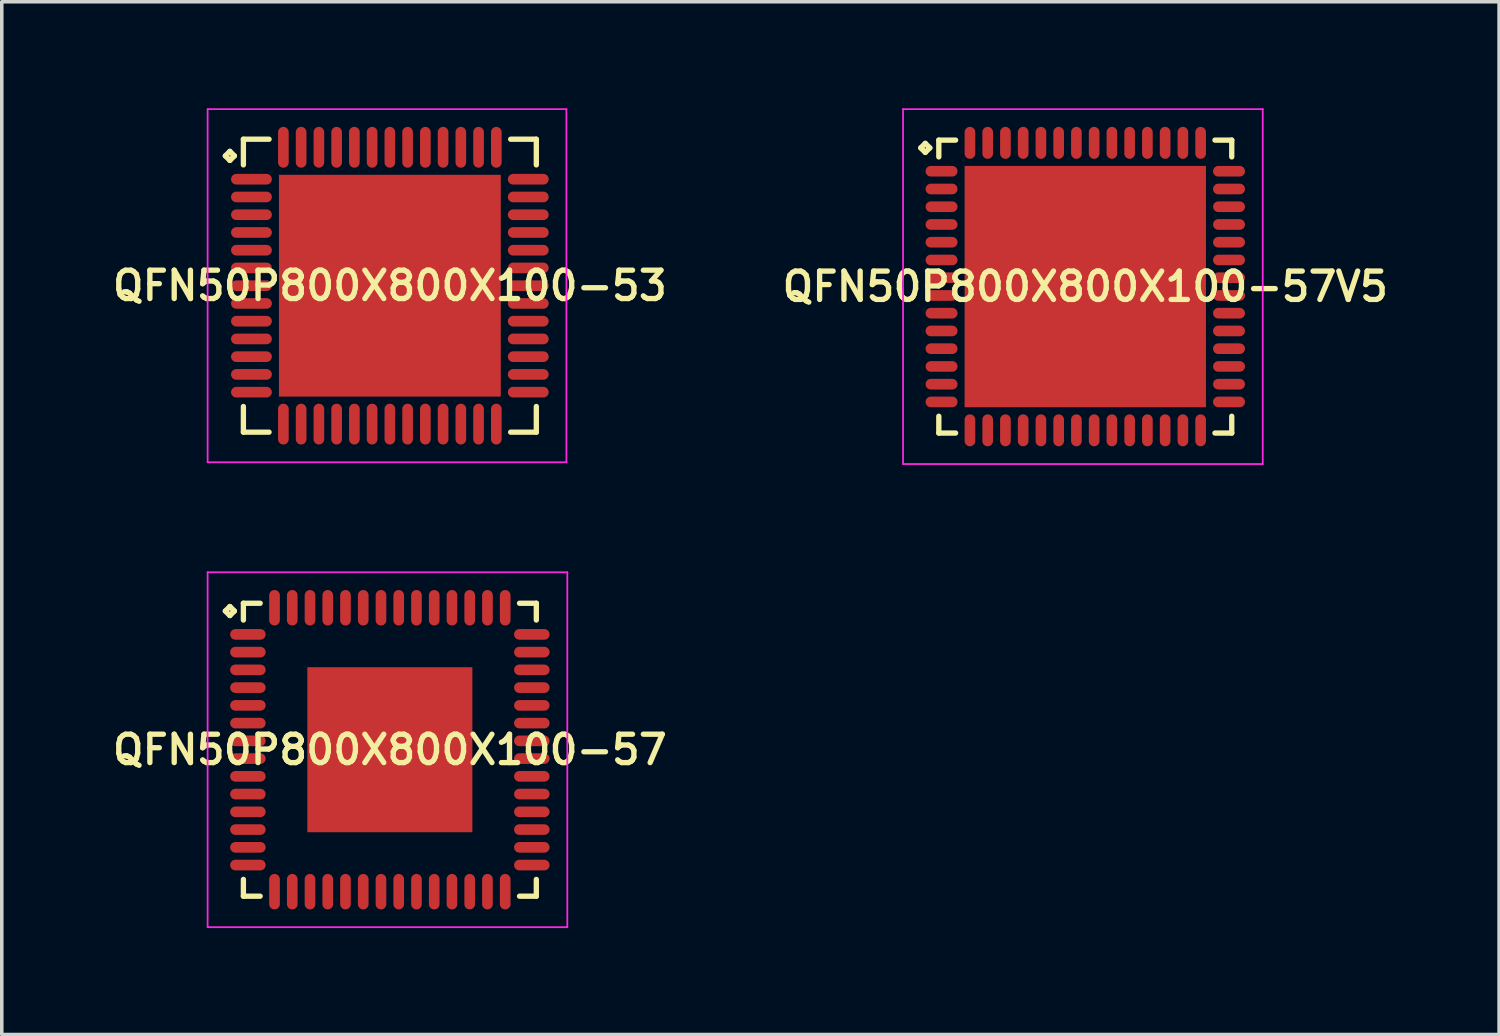
<source format=kicad_pcb>
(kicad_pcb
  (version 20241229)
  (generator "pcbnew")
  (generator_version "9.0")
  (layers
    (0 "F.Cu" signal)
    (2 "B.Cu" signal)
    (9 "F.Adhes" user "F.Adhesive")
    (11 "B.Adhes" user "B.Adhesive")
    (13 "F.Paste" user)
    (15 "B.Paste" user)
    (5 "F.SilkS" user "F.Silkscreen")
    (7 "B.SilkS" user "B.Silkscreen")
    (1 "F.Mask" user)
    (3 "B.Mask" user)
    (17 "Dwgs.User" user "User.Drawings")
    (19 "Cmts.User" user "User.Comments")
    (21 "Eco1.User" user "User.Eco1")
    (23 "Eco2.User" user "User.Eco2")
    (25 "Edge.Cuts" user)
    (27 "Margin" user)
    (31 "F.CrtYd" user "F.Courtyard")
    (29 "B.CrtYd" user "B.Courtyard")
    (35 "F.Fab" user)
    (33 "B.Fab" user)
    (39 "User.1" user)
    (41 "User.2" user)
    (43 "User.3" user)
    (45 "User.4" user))
  (footprint "QFN50P800X800X100-53"
    (layer "F.Cu")
    (at 7.935 5)
    (property "Reference" "QFN50P800X800X100-53" (at 0 0 0) (layer "F.SilkS") (effects (font (size 0.8 0.8) (thickness 0.15))))
    (attr smd)
    (fp_line (start -4.635 -3.658) (end -4.508 -3.785) (stroke (width 0.15) (type solid)) (layer "F.SilkS"))
    (fp_line (start -4.508 -3.785) (end -4.381 -3.658) (stroke (width 0.15) (type solid)) (layer "F.SilkS"))
    (fp_line (start -4.508 -3.531) (end -4.635 -3.658) (stroke (width 0.15) (type solid)) (layer "F.SilkS"))
    (fp_line (start -4.381 -3.658) (end -4.508 -3.531) (stroke (width 0.15) (type solid)) (layer "F.SilkS"))
    (fp_line (start -4.127 -4.127) (end -3.404 -4.127) (stroke (width 0.15) (type solid)) (layer "F.SilkS"))
    (fp_line (start -4.127 -3.404) (end -4.127 -4.127) (stroke (width 0.15) (type solid)) (layer "F.SilkS"))
    (fp_line (start -4.127 3.404) (end -4.127 4.127) (stroke (width 0.15) (type solid)) (layer "F.SilkS"))
    (fp_line (start -4.127 4.127) (end -3.404 4.127) (stroke (width 0.15) (type solid)) (layer "F.SilkS"))
    (fp_line (start 3.404 -4.127) (end 4.127 -4.127) (stroke (width 0.15) (type solid)) (layer "F.SilkS"))
    (fp_line (start 3.404 4.127) (end 4.127 4.127) (stroke (width 0.15) (type solid)) (layer "F.SilkS"))
    (fp_line (start 4.127 -4.127) (end 4.127 -3.404) (stroke (width 0.15) (type solid)) (layer "F.SilkS"))
    (fp_line (start 4.127 4.127) (end 4.127 3.404) (stroke (width 0.15) (type solid)) (layer "F.SilkS"))
    (fp_line (start -5.135 -4.975) (end 4.975 -4.975) (stroke (width 0.05) (type solid)) (layer "F.CrtYd"))
    (fp_line (start -5.135 4.975) (end -5.135 -4.975) (stroke (width 0.05) (type solid)) (layer "F.CrtYd"))
    (fp_line (start 4.975 -4.975) (end 4.975 4.975) (stroke (width 0.05) (type solid)) (layer "F.CrtYd"))
    (fp_line (start 4.975 4.975) (end -5.135 4.975) (stroke (width 0.05) (type solid)) (layer "F.CrtYd"))
    (pad "1" smd oval (at -3.9 -3) (size 1.15 0.3) (layers "F.Cu" "F.Mask" "F.Paste"))
    (pad "2" smd oval (at -3.9 -2.5) (size 1.15 0.3) (layers "F.Cu" "F.Mask" "F.Paste"))
    (pad "3" smd oval (at -3.9 -2) (size 1.15 0.3) (layers "F.Cu" "F.Mask" "F.Paste"))
    (pad "4" smd oval (at -3.9 -1.5) (size 1.15 0.3) (layers "F.Cu" "F.Mask" "F.Paste"))
    (pad "5" smd oval (at -3.9 -1) (size 1.15 0.3) (layers "F.Cu" "F.Mask" "F.Paste"))
    (pad "6" smd oval (at -3.9 -0.5) (size 1.15 0.3) (layers "F.Cu" "F.Mask" "F.Paste"))
    (pad "7" smd oval (at -3.9 0) (size 1.15 0.3) (layers "F.Cu" "F.Mask" "F.Paste"))
    (pad "8" smd oval (at -3.9 0.5) (size 1.15 0.3) (layers "F.Cu" "F.Mask" "F.Paste"))
    (pad "9" smd oval (at -3.9 1) (size 1.15 0.3) (layers "F.Cu" "F.Mask" "F.Paste"))
    (pad "10" smd oval (at -3.9 1.5) (size 1.15 0.3) (layers "F.Cu" "F.Mask" "F.Paste"))
    (pad "11" smd oval (at -3.9 2) (size 1.15 0.3) (layers "F.Cu" "F.Mask" "F.Paste"))
    (pad "12" smd oval (at -3.9 2.5) (size 1.15 0.3) (layers "F.Cu" "F.Mask" "F.Paste"))
    (pad "13" smd oval (at -3.9 3) (size 1.15 0.3) (layers "F.Cu" "F.Mask" "F.Paste"))
    (pad "14" smd oval (at -3 3.9) (size 0.3 1.15) (layers "F.Cu" "F.Mask" "F.Paste"))
    (pad "15" smd oval (at -2.5 3.9) (size 0.3 1.15) (layers "F.Cu" "F.Mask" "F.Paste"))
    (pad "16" smd oval (at -2 3.9) (size 0.3 1.15) (layers "F.Cu" "F.Mask" "F.Paste"))
    (pad "17" smd oval (at -1.5 3.9) (size 0.3 1.15) (layers "F.Cu" "F.Mask" "F.Paste"))
    (pad "18" smd oval (at -1 3.9) (size 0.3 1.15) (layers "F.Cu" "F.Mask" "F.Paste"))
    (pad "19" smd oval (at -0.5 3.9) (size 0.3 1.15) (layers "F.Cu" "F.Mask" "F.Paste"))
    (pad "20" smd oval (at 0 3.9) (size 0.3 1.15) (layers "F.Cu" "F.Mask" "F.Paste"))
    (pad "21" smd oval (at 0.5 3.9) (size 0.3 1.15) (layers "F.Cu" "F.Mask" "F.Paste"))
    (pad "22" smd oval (at 1 3.9) (size 0.3 1.15) (layers "F.Cu" "F.Mask" "F.Paste"))
    (pad "23" smd oval (at 1.5 3.9) (size 0.3 1.15) (layers "F.Cu" "F.Mask" "F.Paste"))
    (pad "24" smd oval (at 2 3.9) (size 0.3 1.15) (layers "F.Cu" "F.Mask" "F.Paste"))
    (pad "25" smd oval (at 2.5 3.9) (size 0.3 1.15) (layers "F.Cu" "F.Mask" "F.Paste"))
    (pad "26" smd oval (at 3 3.9) (size 0.3 1.15) (layers "F.Cu" "F.Mask" "F.Paste"))
    (pad "27" smd oval (at 3.9 3) (size 1.15 0.3) (layers "F.Cu" "F.Mask" "F.Paste"))
    (pad "28" smd oval (at 3.9 2.5) (size 1.15 0.3) (layers "F.Cu" "F.Mask" "F.Paste"))
    (pad "29" smd oval (at 3.9 2) (size 1.15 0.3) (layers "F.Cu" "F.Mask" "F.Paste"))
    (pad "30" smd oval (at 3.9 1.5) (size 1.15 0.3) (layers "F.Cu" "F.Mask" "F.Paste"))
    (pad "31" smd oval (at 3.9 1) (size 1.15 0.3) (layers "F.Cu" "F.Mask" "F.Paste"))
    (pad "32" smd oval (at 3.9 0.5) (size 1.15 0.3) (layers "F.Cu" "F.Mask" "F.Paste"))
    (pad "33" smd oval (at 3.9 0) (size 1.15 0.3) (layers "F.Cu" "F.Mask" "F.Paste"))
    (pad "34" smd oval (at 3.9 -0.5) (size 1.15 0.3) (layers "F.Cu" "F.Mask" "F.Paste"))
    (pad "35" smd oval (at 3.9 -1) (size 1.15 0.3) (layers "F.Cu" "F.Mask" "F.Paste"))
    (pad "36" smd oval (at 3.9 -1.5) (size 1.15 0.3) (layers "F.Cu" "F.Mask" "F.Paste"))
    (pad "37" smd oval (at 3.9 -2) (size 1.15 0.3) (layers "F.Cu" "F.Mask" "F.Paste"))
    (pad "38" smd oval (at 3.9 -2.5) (size 1.15 0.3) (layers "F.Cu" "F.Mask" "F.Paste"))
    (pad "39" smd oval (at 3.9 -3) (size 1.15 0.3) (layers "F.Cu" "F.Mask" "F.Paste"))
    (pad "40" smd oval (at 3 -3.9) (size 0.3 1.15) (layers "F.Cu" "F.Mask" "F.Paste"))
    (pad "41" smd oval (at 2.5 -3.9) (size 0.3 1.15) (layers "F.Cu" "F.Mask" "F.Paste"))
    (pad "42" smd oval (at 2 -3.9) (size 0.3 1.15) (layers "F.Cu" "F.Mask" "F.Paste"))
    (pad "43" smd oval (at 1.5 -3.9) (size 0.3 1.15) (layers "F.Cu" "F.Mask" "F.Paste"))
    (pad "44" smd oval (at 1 -3.9) (size 0.3 1.15) (layers "F.Cu" "F.Mask" "F.Paste"))
    (pad "45" smd oval (at 0.5 -3.9) (size 0.3 1.15) (layers "F.Cu" "F.Mask" "F.Paste"))
    (pad "46" smd oval (at 0 -3.9) (size 0.3 1.15) (layers "F.Cu" "F.Mask" "F.Paste"))
    (pad "47" smd oval (at -0.5 -3.9) (size 0.3 1.15) (layers "F.Cu" "F.Mask" "F.Paste"))
    (pad "48" smd oval (at -1 -3.9) (size 0.3 1.15) (layers "F.Cu" "F.Mask" "F.Paste"))
    (pad "49" smd oval (at -1.5 -3.9) (size 0.3 1.15) (layers "F.Cu" "F.Mask" "F.Paste"))
    (pad "50" smd oval (at -2 -3.9) (size 0.3 1.15) (layers "F.Cu" "F.Mask" "F.Paste"))
    (pad "51" smd oval (at -2.5 -3.9) (size 0.3 1.15) (layers "F.Cu" "F.Mask" "F.Paste"))
    (pad "52" smd oval (at -3 -3.9) (size 0.3 1.15) (layers "F.Cu" "F.Mask" "F.Paste"))
    (pad "53" smd rect (at 0 0) (size 6.25 6.25) (layers "F.Cu" "F.Mask" "F.Paste")))
  (footprint "QFN50P800X800X100-57"
    (layer "F.Cu")
    (at 7.935 18.075)
    (property "Reference" "QFN50P800X800X100-57" (at 0 0 0) (layer "F.SilkS") (effects (font (size 0.8 0.8) (thickness 0.15))))
    (attr smd)
    (fp_line (start -4.635 -3.908) (end -4.508 -4.035) (stroke (width 0.15) (type solid)) (layer "F.SilkS"))
    (fp_line (start -4.508 -4.035) (end -4.381 -3.908) (stroke (width 0.15) (type solid)) (layer "F.SilkS"))
    (fp_line (start -4.508 -3.781) (end -4.635 -3.908) (stroke (width 0.15) (type solid)) (layer "F.SilkS"))
    (fp_line (start -4.381 -3.908) (end -4.508 -3.781) (stroke (width 0.15) (type solid)) (layer "F.SilkS"))
    (fp_line (start -4.127 -4.127) (end -3.654 -4.127) (stroke (width 0.15) (type solid)) (layer "F.SilkS"))
    (fp_line (start -4.127 -3.654) (end -4.127 -4.127) (stroke (width 0.15) (type solid)) (layer "F.SilkS"))
    (fp_line (start -4.127 3.654) (end -4.127 4.127) (stroke (width 0.15) (type solid)) (layer "F.SilkS"))
    (fp_line (start -4.127 4.127) (end -3.654 4.127) (stroke (width 0.15) (type solid)) (layer "F.SilkS"))
    (fp_line (start 3.654 -4.127) (end 4.127 -4.127) (stroke (width 0.15) (type solid)) (layer "F.SilkS"))
    (fp_line (start 3.654 4.127) (end 4.127 4.127) (stroke (width 0.15) (type solid)) (layer "F.SilkS"))
    (fp_line (start 4.127 -4.127) (end 4.127 -3.654) (stroke (width 0.15) (type solid)) (layer "F.SilkS"))
    (fp_line (start 4.127 4.127) (end 4.127 3.654) (stroke (width 0.15) (type solid)) (layer "F.SilkS"))
    (fp_line (start -5.135 -5) (end 5 -5) (stroke (width 0.05) (type solid)) (layer "F.CrtYd"))
    (fp_line (start -5.135 5) (end -5.135 -5) (stroke (width 0.05) (type solid)) (layer "F.CrtYd"))
    (fp_line (start 5 -5) (end 5 5) (stroke (width 0.05) (type solid)) (layer "F.CrtYd"))
    (fp_line (start 5 5) (end -5.135 5) (stroke (width 0.05) (type solid)) (layer "F.CrtYd"))
    (pad "1" smd oval (at -4 -3.25) (size 1 0.3) (layers "F.Cu" "F.Mask" "F.Paste"))
    (pad "2" smd oval (at -4 -2.75) (size 1 0.3) (layers "F.Cu" "F.Mask" "F.Paste"))
    (pad "3" smd oval (at -4 -2.25) (size 1 0.3) (layers "F.Cu" "F.Mask" "F.Paste"))
    (pad "4" smd oval (at -4 -1.75) (size 1 0.3) (layers "F.Cu" "F.Mask" "F.Paste"))
    (pad "5" smd oval (at -4 -1.25) (size 1 0.3) (layers "F.Cu" "F.Mask" "F.Paste"))
    (pad "6" smd oval (at -4 -0.75) (size 1 0.3) (layers "F.Cu" "F.Mask" "F.Paste"))
    (pad "7" smd oval (at -4 -0.25) (size 1 0.3) (layers "F.Cu" "F.Mask" "F.Paste"))
    (pad "8" smd oval (at -4 0.25) (size 1 0.3) (layers "F.Cu" "F.Mask" "F.Paste"))
    (pad "9" smd oval (at -4 0.75) (size 1 0.3) (layers "F.Cu" "F.Mask" "F.Paste"))
    (pad "10" smd oval (at -4 1.25) (size 1 0.3) (layers "F.Cu" "F.Mask" "F.Paste"))
    (pad "11" smd oval (at -4 1.75) (size 1 0.3) (layers "F.Cu" "F.Mask" "F.Paste"))
    (pad "12" smd oval (at -4 2.25) (size 1 0.3) (layers "F.Cu" "F.Mask" "F.Paste"))
    (pad "13" smd oval (at -4 2.75) (size 1 0.3) (layers "F.Cu" "F.Mask" "F.Paste"))
    (pad "14" smd oval (at -4 3.25) (size 1 0.3) (layers "F.Cu" "F.Mask" "F.Paste"))
    (pad "15" smd oval (at -3.25 4) (size 0.3 1) (layers "F.Cu" "F.Mask" "F.Paste"))
    (pad "16" smd oval (at -2.75 4) (size 0.3 1) (layers "F.Cu" "F.Mask" "F.Paste"))
    (pad "17" smd oval (at -2.25 4) (size 0.3 1) (layers "F.Cu" "F.Mask" "F.Paste"))
    (pad "18" smd oval (at -1.75 4) (size 0.3 1) (layers "F.Cu" "F.Mask" "F.Paste"))
    (pad "19" smd oval (at -1.25 4) (size 0.3 1) (layers "F.Cu" "F.Mask" "F.Paste"))
    (pad "20" smd oval (at -0.75 4) (size 0.3 1) (layers "F.Cu" "F.Mask" "F.Paste"))
    (pad "21" smd oval (at -0.25 4) (size 0.3 1) (layers "F.Cu" "F.Mask" "F.Paste"))
    (pad "22" smd oval (at 0.25 4) (size 0.3 1) (layers "F.Cu" "F.Mask" "F.Paste"))
    (pad "23" smd oval (at 0.75 4) (size 0.3 1) (layers "F.Cu" "F.Mask" "F.Paste"))
    (pad "24" smd oval (at 1.25 4) (size 0.3 1) (layers "F.Cu" "F.Mask" "F.Paste"))
    (pad "25" smd oval (at 1.75 4) (size 0.3 1) (layers "F.Cu" "F.Mask" "F.Paste"))
    (pad "26" smd oval (at 2.25 4) (size 0.3 1) (layers "F.Cu" "F.Mask" "F.Paste"))
    (pad "27" smd oval (at 2.75 4) (size 0.3 1) (layers "F.Cu" "F.Mask" "F.Paste"))
    (pad "28" smd oval (at 3.25 4) (size 0.3 1) (layers "F.Cu" "F.Mask" "F.Paste"))
    (pad "29" smd oval (at 4 3.25) (size 1 0.3) (layers "F.Cu" "F.Mask" "F.Paste"))
    (pad "30" smd oval (at 4 2.75) (size 1 0.3) (layers "F.Cu" "F.Mask" "F.Paste"))
    (pad "31" smd oval (at 4 2.25) (size 1 0.3) (layers "F.Cu" "F.Mask" "F.Paste"))
    (pad "32" smd oval (at 4 1.75) (size 1 0.3) (layers "F.Cu" "F.Mask" "F.Paste"))
    (pad "33" smd oval (at 4 1.25) (size 1 0.3) (layers "F.Cu" "F.Mask" "F.Paste"))
    (pad "34" smd oval (at 4 0.75) (size 1 0.3) (layers "F.Cu" "F.Mask" "F.Paste"))
    (pad "35" smd oval (at 4 0.25) (size 1 0.3) (layers "F.Cu" "F.Mask" "F.Paste"))
    (pad "36" smd oval (at 4 -0.25) (size 1 0.3) (layers "F.Cu" "F.Mask" "F.Paste"))
    (pad "37" smd oval (at 4 -0.75) (size 1 0.3) (layers "F.Cu" "F.Mask" "F.Paste"))
    (pad "38" smd oval (at 4 -1.25) (size 1 0.3) (layers "F.Cu" "F.Mask" "F.Paste"))
    (pad "39" smd oval (at 4 -1.75) (size 1 0.3) (layers "F.Cu" "F.Mask" "F.Paste"))
    (pad "40" smd oval (at 4 -2.25) (size 1 0.3) (layers "F.Cu" "F.Mask" "F.Paste"))
    (pad "41" smd oval (at 4 -2.75) (size 1 0.3) (layers "F.Cu" "F.Mask" "F.Paste"))
    (pad "42" smd oval (at 4 -3.25) (size 1 0.3) (layers "F.Cu" "F.Mask" "F.Paste"))
    (pad "43" smd oval (at 3.25 -4) (size 0.3 1) (layers "F.Cu" "F.Mask" "F.Paste"))
    (pad "44" smd oval (at 2.75 -4) (size 0.3 1) (layers "F.Cu" "F.Mask" "F.Paste"))
    (pad "45" smd oval (at 2.25 -4) (size 0.3 1) (layers "F.Cu" "F.Mask" "F.Paste"))
    (pad "46" smd oval (at 1.75 -4) (size 0.3 1) (layers "F.Cu" "F.Mask" "F.Paste"))
    (pad "47" smd oval (at 1.25 -4) (size 0.3 1) (layers "F.Cu" "F.Mask" "F.Paste"))
    (pad "48" smd oval (at 0.75 -4) (size 0.3 1) (layers "F.Cu" "F.Mask" "F.Paste"))
    (pad "49" smd oval (at 0.25 -4) (size 0.3 1) (layers "F.Cu" "F.Mask" "F.Paste"))
    (pad "50" smd oval (at -0.25 -4) (size 0.3 1) (layers "F.Cu" "F.Mask" "F.Paste"))
    (pad "51" smd oval (at -0.75 -4) (size 0.3 1) (layers "F.Cu" "F.Mask" "F.Paste"))
    (pad "52" smd oval (at -1.25 -4) (size 0.3 1) (layers "F.Cu" "F.Mask" "F.Paste"))
    (pad "53" smd oval (at -1.75 -4) (size 0.3 1) (layers "F.Cu" "F.Mask" "F.Paste"))
    (pad "54" smd oval (at -2.25 -4) (size 0.3 1) (layers "F.Cu" "F.Mask" "F.Paste"))
    (pad "55" smd oval (at -2.75 -4) (size 0.3 1) (layers "F.Cu" "F.Mask" "F.Paste"))
    (pad "56" smd oval (at -3.25 -4) (size 0.3 1) (layers "F.Cu" "F.Mask" "F.Paste"))
    (pad "57" smd rect (at 0 0) (size 4.65 4.65) (layers "F.Cu" "F.Mask" "F.Paste")))
  (footprint "QFN50P800X800X100-57V5"
    (layer "F.Cu")
    (at 27.53 5.025)
    (property "Reference" "QFN50P800X800X100-57V5" (at 0 0 0) (layer "F.SilkS") (effects (font (size 0.8 0.8) (thickness 0.15))))
    (attr smd)
    (fp_line (start -4.635 -3.908) (end -4.508 -4.035) (stroke (width 0.15) (type solid)) (layer "F.SilkS"))
    (fp_line (start -4.508 -4.035) (end -4.381 -3.908) (stroke (width 0.15) (type solid)) (layer "F.SilkS"))
    (fp_line (start -4.508 -3.781) (end -4.635 -3.908) (stroke (width 0.15) (type solid)) (layer "F.SilkS"))
    (fp_line (start -4.381 -3.908) (end -4.508 -3.781) (stroke (width 0.15) (type solid)) (layer "F.SilkS"))
    (fp_line (start -4.127 -4.127) (end -3.654 -4.127) (stroke (width 0.15) (type solid)) (layer "F.SilkS"))
    (fp_line (start -4.127 -3.654) (end -4.127 -4.127) (stroke (width 0.15) (type solid)) (layer "F.SilkS"))
    (fp_line (start -4.127 3.654) (end -4.127 4.127) (stroke (width 0.15) (type solid)) (layer "F.SilkS"))
    (fp_line (start -4.127 4.127) (end -3.654 4.127) (stroke (width 0.15) (type solid)) (layer "F.SilkS"))
    (fp_line (start 3.654 -4.127) (end 4.127 -4.127) (stroke (width 0.15) (type solid)) (layer "F.SilkS"))
    (fp_line (start 3.654 4.127) (end 4.127 4.127) (stroke (width 0.15) (type solid)) (layer "F.SilkS"))
    (fp_line (start 4.127 -4.127) (end 4.127 -3.654) (stroke (width 0.15) (type solid)) (layer "F.SilkS"))
    (fp_line (start 4.127 4.127) (end 4.127 3.654) (stroke (width 0.15) (type solid)) (layer "F.SilkS"))
    (fp_line (start -5.135 -5) (end 5 -5) (stroke (width 0.05) (type solid)) (layer "F.CrtYd"))
    (fp_line (start -5.135 5) (end -5.135 -5) (stroke (width 0.05) (type solid)) (layer "F.CrtYd"))
    (fp_line (start 5 -5) (end 5 5) (stroke (width 0.05) (type solid)) (layer "F.CrtYd"))
    (fp_line (start 5 5) (end -5.135 5) (stroke (width 0.05) (type solid)) (layer "F.CrtYd"))
    (pad "1" smd oval (at -4.05 -3.25) (size 0.9 0.3) (layers "F.Cu" "F.Mask" "F.Paste"))
    (pad "2" smd oval (at -4.05 -2.75) (size 0.9 0.3) (layers "F.Cu" "F.Mask" "F.Paste"))
    (pad "3" smd oval (at -4.05 -2.25) (size 0.9 0.3) (layers "F.Cu" "F.Mask" "F.Paste"))
    (pad "4" smd oval (at -4.05 -1.75) (size 0.9 0.3) (layers "F.Cu" "F.Mask" "F.Paste"))
    (pad "5" smd oval (at -4.05 -1.25) (size 0.9 0.3) (layers "F.Cu" "F.Mask" "F.Paste"))
    (pad "6" smd oval (at -4.05 -0.75) (size 0.9 0.3) (layers "F.Cu" "F.Mask" "F.Paste"))
    (pad "7" smd oval (at -4.05 -0.25) (size 0.9 0.3) (layers "F.Cu" "F.Mask" "F.Paste"))
    (pad "8" smd oval (at -4.05 0.25) (size 0.9 0.3) (layers "F.Cu" "F.Mask" "F.Paste"))
    (pad "9" smd oval (at -4.05 0.75) (size 0.9 0.3) (layers "F.Cu" "F.Mask" "F.Paste"))
    (pad "10" smd oval (at -4.05 1.25) (size 0.9 0.3) (layers "F.Cu" "F.Mask" "F.Paste"))
    (pad "11" smd oval (at -4.05 1.75) (size 0.9 0.3) (layers "F.Cu" "F.Mask" "F.Paste"))
    (pad "12" smd oval (at -4.05 2.25) (size 0.9 0.3) (layers "F.Cu" "F.Mask" "F.Paste"))
    (pad "13" smd oval (at -4.05 2.75) (size 0.9 0.3) (layers "F.Cu" "F.Mask" "F.Paste"))
    (pad "14" smd oval (at -4.05 3.25) (size 0.9 0.3) (layers "F.Cu" "F.Mask" "F.Paste"))
    (pad "15" smd oval (at -3.25 4.05) (size 0.3 0.9) (layers "F.Cu" "F.Mask" "F.Paste"))
    (pad "16" smd oval (at -2.75 4.05) (size 0.3 0.9) (layers "F.Cu" "F.Mask" "F.Paste"))
    (pad "17" smd oval (at -2.25 4.05) (size 0.3 0.9) (layers "F.Cu" "F.Mask" "F.Paste"))
    (pad "18" smd oval (at -1.75 4.05) (size 0.3 0.9) (layers "F.Cu" "F.Mask" "F.Paste"))
    (pad "19" smd oval (at -1.25 4.05) (size 0.3 0.9) (layers "F.Cu" "F.Mask" "F.Paste"))
    (pad "20" smd oval (at -0.75 4.05) (size 0.3 0.9) (layers "F.Cu" "F.Mask" "F.Paste"))
    (pad "21" smd oval (at -0.25 4.05) (size 0.3 0.9) (layers "F.Cu" "F.Mask" "F.Paste"))
    (pad "22" smd oval (at 0.25 4.05) (size 0.3 0.9) (layers "F.Cu" "F.Mask" "F.Paste"))
    (pad "23" smd oval (at 0.75 4.05) (size 0.3 0.9) (layers "F.Cu" "F.Mask" "F.Paste"))
    (pad "24" smd oval (at 1.25 4.05) (size 0.3 0.9) (layers "F.Cu" "F.Mask" "F.Paste"))
    (pad "25" smd oval (at 1.75 4.05) (size 0.3 0.9) (layers "F.Cu" "F.Mask" "F.Paste"))
    (pad "26" smd oval (at 2.25 4.05) (size 0.3 0.9) (layers "F.Cu" "F.Mask" "F.Paste"))
    (pad "27" smd oval (at 2.75 4.05) (size 0.3 0.9) (layers "F.Cu" "F.Mask" "F.Paste"))
    (pad "28" smd oval (at 3.25 4.05) (size 0.3 0.9) (layers "F.Cu" "F.Mask" "F.Paste"))
    (pad "29" smd oval (at 4.05 3.25) (size 0.9 0.3) (layers "F.Cu" "F.Mask" "F.Paste"))
    (pad "30" smd oval (at 4.05 2.75) (size 0.9 0.3) (layers "F.Cu" "F.Mask" "F.Paste"))
    (pad "31" smd oval (at 4.05 2.25) (size 0.9 0.3) (layers "F.Cu" "F.Mask" "F.Paste"))
    (pad "32" smd oval (at 4.05 1.75) (size 0.9 0.3) (layers "F.Cu" "F.Mask" "F.Paste"))
    (pad "33" smd oval (at 4.05 1.25) (size 0.9 0.3) (layers "F.Cu" "F.Mask" "F.Paste"))
    (pad "34" smd oval (at 4.05 0.75) (size 0.9 0.3) (layers "F.Cu" "F.Mask" "F.Paste"))
    (pad "35" smd oval (at 4.05 0.25) (size 0.9 0.3) (layers "F.Cu" "F.Mask" "F.Paste"))
    (pad "36" smd oval (at 4.05 -0.25) (size 0.9 0.3) (layers "F.Cu" "F.Mask" "F.Paste"))
    (pad "37" smd oval (at 4.05 -0.75) (size 0.9 0.3) (layers "F.Cu" "F.Mask" "F.Paste"))
    (pad "38" smd oval (at 4.05 -1.25) (size 0.9 0.3) (layers "F.Cu" "F.Mask" "F.Paste"))
    (pad "39" smd oval (at 4.05 -1.75) (size 0.9 0.3) (layers "F.Cu" "F.Mask" "F.Paste"))
    (pad "40" smd oval (at 4.05 -2.25) (size 0.9 0.3) (layers "F.Cu" "F.Mask" "F.Paste"))
    (pad "41" smd oval (at 4.05 -2.75) (size 0.9 0.3) (layers "F.Cu" "F.Mask" "F.Paste"))
    (pad "42" smd oval (at 4.05 -3.25) (size 0.9 0.3) (layers "F.Cu" "F.Mask" "F.Paste"))
    (pad "43" smd oval (at 3.25 -4.05) (size 0.3 0.9) (layers "F.Cu" "F.Mask" "F.Paste"))
    (pad "44" smd oval (at 2.75 -4.05) (size 0.3 0.9) (layers "F.Cu" "F.Mask" "F.Paste"))
    (pad "45" smd oval (at 2.25 -4.05) (size 0.3 0.9) (layers "F.Cu" "F.Mask" "F.Paste"))
    (pad "46" smd oval (at 1.75 -4.05) (size 0.3 0.9) (layers "F.Cu" "F.Mask" "F.Paste"))
    (pad "47" smd oval (at 1.25 -4.05) (size 0.3 0.9) (layers "F.Cu" "F.Mask" "F.Paste"))
    (pad "48" smd oval (at 0.75 -4.05) (size 0.3 0.9) (layers "F.Cu" "F.Mask" "F.Paste"))
    (pad "49" smd oval (at 0.25 -4.05) (size 0.3 0.9) (layers "F.Cu" "F.Mask" "F.Paste"))
    (pad "50" smd oval (at -0.25 -4.05) (size 0.3 0.9) (layers "F.Cu" "F.Mask" "F.Paste"))
    (pad "51" smd oval (at -0.75 -4.05) (size 0.3 0.9) (layers "F.Cu" "F.Mask" "F.Paste"))
    (pad "52" smd oval (at -1.25 -4.05) (size 0.3 0.9) (layers "F.Cu" "F.Mask" "F.Paste"))
    (pad "53" smd oval (at -1.75 -4.05) (size 0.3 0.9) (layers "F.Cu" "F.Mask" "F.Paste"))
    (pad "54" smd oval (at -2.25 -4.05) (size 0.3 0.9) (layers "F.Cu" "F.Mask" "F.Paste"))
    (pad "55" smd oval (at -2.75 -4.05) (size 0.3 0.9) (layers "F.Cu" "F.Mask" "F.Paste"))
    (pad "56" smd oval (at -3.25 -4.05) (size 0.3 0.9) (layers "F.Cu" "F.Mask" "F.Paste"))
    (pad "57" smd rect (at 0 0) (size 6.8 6.8) (layers "F.Cu" "F.Mask" "F.Paste")))
  (gr_rect
    (start -3 -3)
    (end 39.19 26.1)
    (stroke (width 0.1) (type default))
    (fill no)
    (layer "Edge.Cuts")))
</source>
